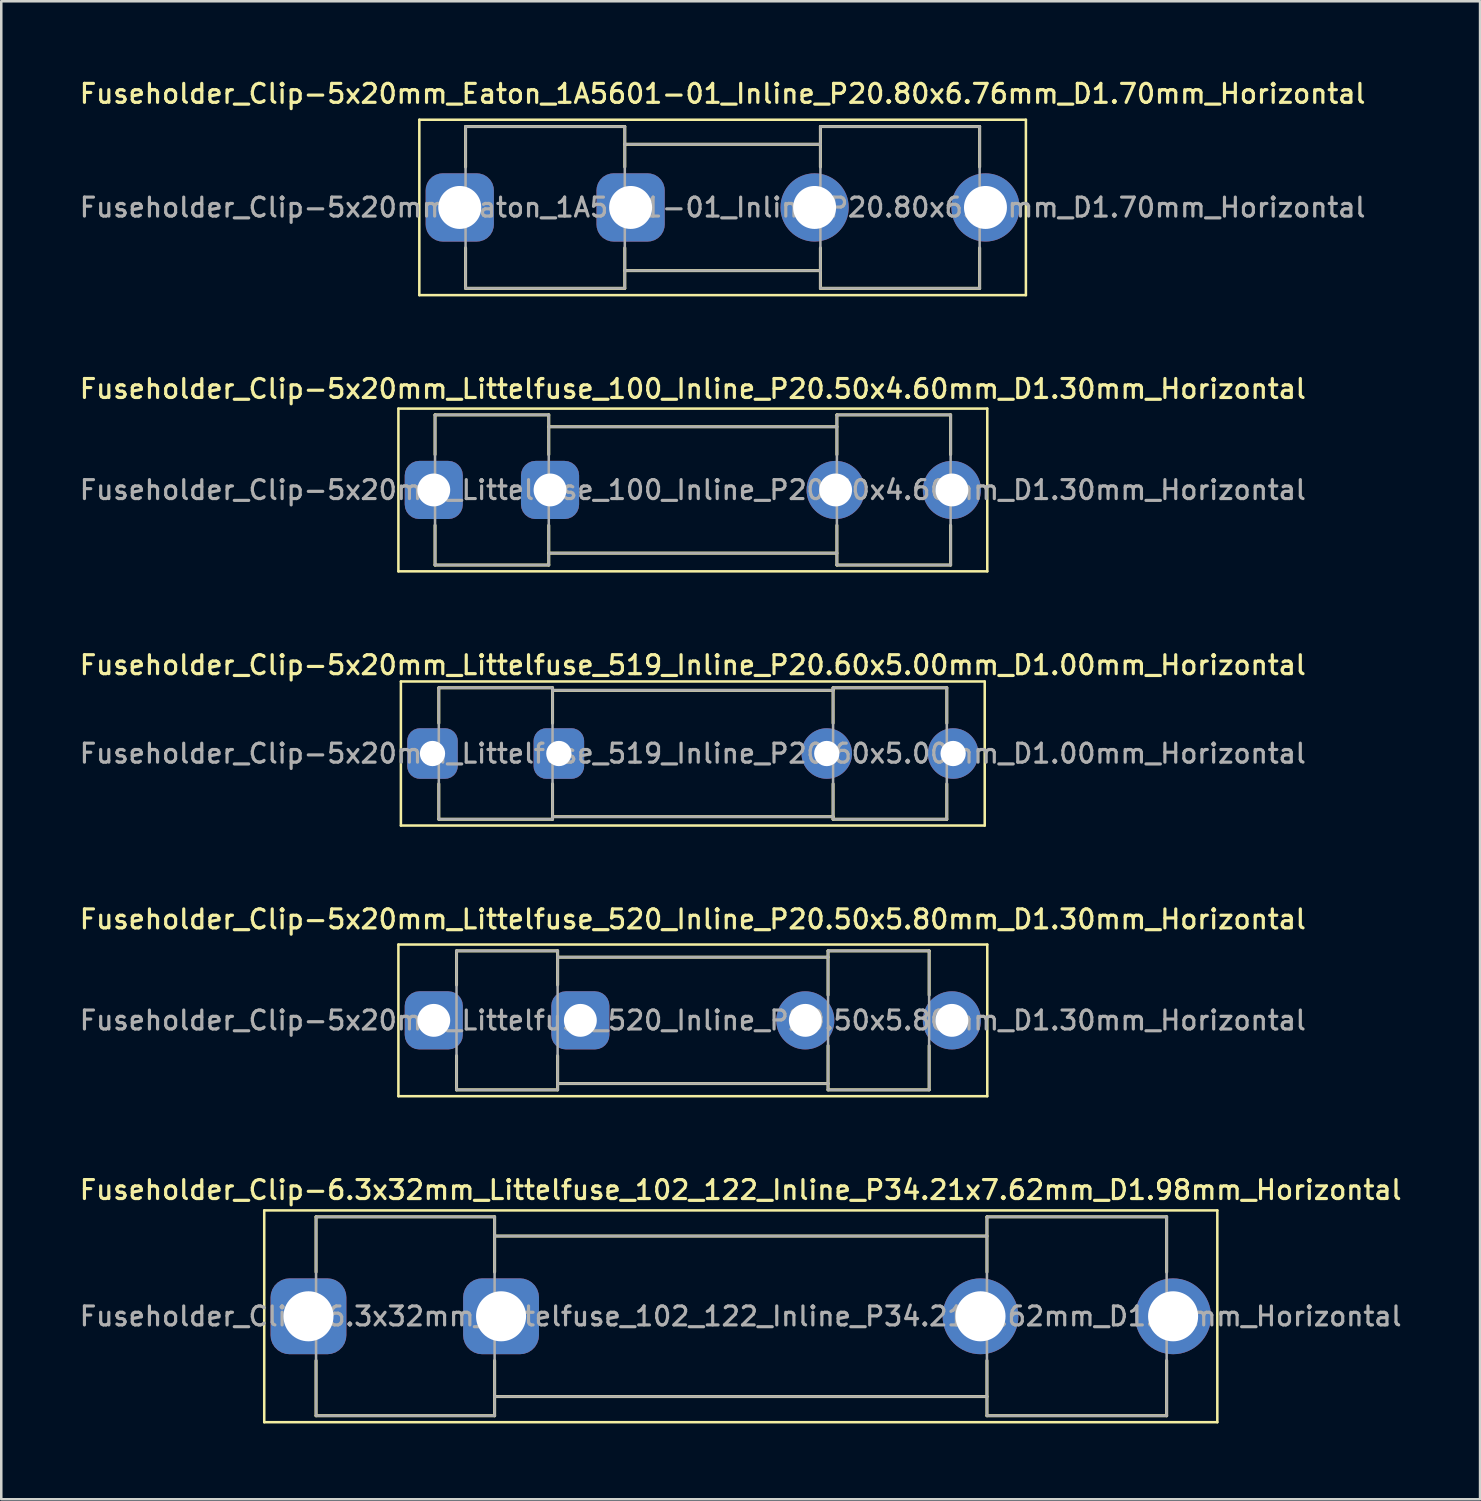
<source format=kicad_pcb>
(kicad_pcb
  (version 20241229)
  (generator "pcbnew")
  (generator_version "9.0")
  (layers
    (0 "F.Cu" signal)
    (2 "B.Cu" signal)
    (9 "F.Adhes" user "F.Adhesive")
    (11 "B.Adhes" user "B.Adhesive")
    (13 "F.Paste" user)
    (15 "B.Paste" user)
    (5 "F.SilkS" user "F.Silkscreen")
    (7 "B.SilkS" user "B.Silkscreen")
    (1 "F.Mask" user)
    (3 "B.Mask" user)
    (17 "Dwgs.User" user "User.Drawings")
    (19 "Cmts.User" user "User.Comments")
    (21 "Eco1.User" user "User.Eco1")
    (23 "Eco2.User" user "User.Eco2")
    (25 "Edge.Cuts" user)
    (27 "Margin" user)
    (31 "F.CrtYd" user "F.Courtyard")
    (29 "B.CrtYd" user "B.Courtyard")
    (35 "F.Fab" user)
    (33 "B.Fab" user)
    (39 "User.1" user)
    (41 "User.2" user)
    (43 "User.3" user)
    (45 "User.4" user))
  (footprint "Fuseholder_Clip-5x20mm_Eaton_1A5601-01_Inline_P20.80x6.76mm_D1.70mm_Horizontal"
    (layer "F.Cu")
    (at 15.141 5.158)
    (property "Reference" "Fuseholder_Clip-5x20mm_Eaton_1A5601-01_Inline_P20.80x6.76mm_D1.70mm_Horizontal" (at 10.4 -4.5 0) (layer "F.SilkS") (effects (font (size 0.75 0.75) (thickness 0.125))))
    (attr through_hole)
    (fp_line (start -1.6 -3.47) (end -1.6 3.47) (stroke (width 0.1) (type solid)) (layer "F.SilkS"))
    (fp_line (start -1.6 -3.47) (end 22.4 -3.47) (stroke (width 0.1) (type solid)) (layer "F.SilkS"))
    (fp_line (start 0.23 -3.2) (end 0.23 -1.6) (stroke (width 0.12) (type solid)) (layer "F.SilkS"))
    (fp_line (start 0.23 3.2) (end 0.23 1.6) (stroke (width 0.12) (type solid)) (layer "F.SilkS"))
    (fp_line (start 6.53 -3.2) (end 0.23 -3.2) (stroke (width 0.12) (type solid)) (layer "F.SilkS"))
    (fp_line (start 6.53 -3.2) (end 6.53 -1.6) (stroke (width 0.12) (type solid)) (layer "F.SilkS"))
    (fp_line (start 6.53 3.2) (end 0.23 3.2) (stroke (width 0.12) (type solid)) (layer "F.SilkS"))
    (fp_line (start 6.53 3.2) (end 6.53 1.6) (stroke (width 0.12) (type solid)) (layer "F.SilkS"))
    (fp_line (start 14.27 -3.2) (end 14.27 -1.6) (stroke (width 0.12) (type solid)) (layer "F.SilkS"))
    (fp_line (start 14.27 -2.5) (end 6.53 -2.5) (stroke (width 0.12) (type solid)) (layer "F.SilkS"))
    (fp_line (start 14.27 2.5) (end 6.53 2.5) (stroke (width 0.12) (type solid)) (layer "F.SilkS"))
    (fp_line (start 14.27 3.2) (end 14.27 1.6) (stroke (width 0.12) (type solid)) (layer "F.SilkS"))
    (fp_line (start 14.27 3.2) (end 20.57 3.2) (stroke (width 0.12) (type solid)) (layer "F.SilkS"))
    (fp_line (start 20.57 -3.2) (end 14.27 -3.2) (stroke (width 0.12) (type solid)) (layer "F.SilkS"))
    (fp_line (start 20.57 -1.6) (end 20.57 -3.2) (stroke (width 0.12) (type solid)) (layer "F.SilkS"))
    (fp_line (start 20.57 1.6) (end 20.57 3.2) (stroke (width 0.12) (type solid)) (layer "F.SilkS"))
    (fp_line (start 22.4 3.47) (end -1.6 3.47) (stroke (width 0.1) (type solid)) (layer "F.SilkS"))
    (fp_line (start 22.4 3.47) (end 22.4 -3.47) (stroke (width 0.1) (type solid)) (layer "F.SilkS"))
    (fp_line (start 0.23 -3.2) (end 6.53 -3.2) (stroke (width 0.1) (type solid)) (layer "F.Fab"))
    (fp_line (start 0.23 3.2) (end 0.23 -3.2) (stroke (width 0.1) (type solid)) (layer "F.Fab"))
    (fp_line (start 6.53 -3.2) (end 6.53 3.2) (stroke (width 0.1) (type solid)) (layer "F.Fab"))
    (fp_line (start 6.53 -2.5) (end 14.27 -2.5) (stroke (width 0.1) (type solid)) (layer "F.Fab"))
    (fp_line (start 6.53 3.2) (end 0.23 3.2) (stroke (width 0.1) (type solid)) (layer "F.Fab"))
    (fp_line (start 14.27 -3.2) (end 14.27 3.2) (stroke (width 0.1) (type solid)) (layer "F.Fab"))
    (fp_line (start 14.27 2.5) (end 6.53 2.5) (stroke (width 0.1) (type solid)) (layer "F.Fab"))
    (fp_line (start 14.27 3.2) (end 20.57 3.2) (stroke (width 0.1) (type solid)) (layer "F.Fab"))
    (fp_line (start 20.57 -3.2) (end 14.27 -3.2) (stroke (width 0.1) (type solid)) (layer "F.Fab"))
    (fp_line (start 20.57 3.2) (end 20.57 -3.2) (stroke (width 0.1) (type solid)) (layer "F.Fab"))
    (fp_text user "${REFERENCE}" (at 10.4 0 0) (layer "F.Fab") (effects (font (size 0.75 0.75) (thickness 0.125))))
    (pad "1" thru_hole roundrect (at 0 0) (size 2.7 2.7) (drill 1.7) (layers "*.Cu" "*.Mask") (roundrect_rratio 0.25))
    (pad "1" thru_hole roundrect (at 6.76 0) (size 2.7 2.7) (drill 1.7) (layers "*.Cu" "*.Mask") (roundrect_rratio 0.25))
    (pad "2" thru_hole circle (at 14.04 0) (size 2.7 2.7) (drill 1.7) (layers "*.Cu" "*.Mask"))
    (pad "2" thru_hole circle (at 20.8 0) (size 2.7 2.7) (drill 1.7) (layers "*.Cu" "*.Mask")))
  (footprint "Fuseholder_Clip-5x20mm_Littelfuse_520_Inline_P20.50x5.80mm_D1.30mm_Horizontal"
    (layer "F.Cu")
    (at 14.113 37.322)
    (property "Reference" "Fuseholder_Clip-5x20mm_Littelfuse_520_Inline_P20.50x5.80mm_D1.30mm_Horizontal" (at 10.25 -4 0) (layer "F.SilkS") (effects (font (size 0.75 0.75) (thickness 0.125))))
    (attr through_hole)
    (fp_line (start -1.4 -3) (end -1.4 3) (stroke (width 0.1) (type solid)) (layer "F.SilkS"))
    (fp_line (start -1.4 -3) (end 21.9 -3) (stroke (width 0.1) (type solid)) (layer "F.SilkS"))
    (fp_line (start 0.9 -2.75) (end 0.9 -1.4) (stroke (width 0.12) (type solid)) (layer "F.SilkS"))
    (fp_line (start 0.9 2.75) (end 0.9 1.4) (stroke (width 0.12) (type solid)) (layer "F.SilkS"))
    (fp_line (start 4.9 -2.75) (end 0.9 -2.75) (stroke (width 0.12) (type solid)) (layer "F.SilkS"))
    (fp_line (start 4.9 -2.75) (end 4.9 -1.4) (stroke (width 0.12) (type solid)) (layer "F.SilkS"))
    (fp_line (start 4.9 2.75) (end 0.9 2.75) (stroke (width 0.12) (type solid)) (layer "F.SilkS"))
    (fp_line (start 4.9 2.75) (end 4.9 1.4) (stroke (width 0.12) (type solid)) (layer "F.SilkS"))
    (fp_line (start 15.6 -2.75) (end 15.6 -1) (stroke (width 0.12) (type solid)) (layer "F.SilkS"))
    (fp_line (start 15.6 -2.5) (end 4.9 -2.5) (stroke (width 0.12) (type solid)) (layer "F.SilkS"))
    (fp_line (start 15.6 2.5) (end 4.9 2.5) (stroke (width 0.12) (type solid)) (layer "F.SilkS"))
    (fp_line (start 15.6 2.75) (end 15.6 1) (stroke (width 0.12) (type solid)) (layer "F.SilkS"))
    (fp_line (start 15.6 2.75) (end 19.6 2.75) (stroke (width 0.12) (type solid)) (layer "F.SilkS"))
    (fp_line (start 19.6 -2.75) (end 15.6 -2.75) (stroke (width 0.12) (type solid)) (layer "F.SilkS"))
    (fp_line (start 19.6 -1) (end 19.6 -2.75) (stroke (width 0.12) (type solid)) (layer "F.SilkS"))
    (fp_line (start 19.6 1) (end 19.6 2.75) (stroke (width 0.12) (type solid)) (layer "F.SilkS"))
    (fp_line (start 21.9 3) (end -1.4 3) (stroke (width 0.1) (type solid)) (layer "F.SilkS"))
    (fp_line (start 21.9 3) (end 21.9 -3) (stroke (width 0.1) (type solid)) (layer "F.SilkS"))
    (fp_line (start 0.9 -2.75) (end 4.9 -2.75) (stroke (width 0.1) (type solid)) (layer "F.Fab"))
    (fp_line (start 0.9 2.75) (end 0.9 -2.75) (stroke (width 0.1) (type solid)) (layer "F.Fab"))
    (fp_line (start 4.9 -2.75) (end 4.9 2.75) (stroke (width 0.1) (type solid)) (layer "F.Fab"))
    (fp_line (start 4.9 -2.5) (end 15.6 -2.5) (stroke (width 0.1) (type solid)) (layer "F.Fab"))
    (fp_line (start 4.9 2.75) (end 0.9 2.75) (stroke (width 0.1) (type solid)) (layer "F.Fab"))
    (fp_line (start 15.6 -2.75) (end 15.6 2.75) (stroke (width 0.1) (type solid)) (layer "F.Fab"))
    (fp_line (start 15.6 2.5) (end 4.9 2.5) (stroke (width 0.1) (type solid)) (layer "F.Fab"))
    (fp_line (start 15.6 2.75) (end 19.6 2.75) (stroke (width 0.1) (type solid)) (layer "F.Fab"))
    (fp_line (start 19.6 -2.75) (end 15.6 -2.75) (stroke (width 0.1) (type solid)) (layer "F.Fab"))
    (fp_line (start 19.6 2.75) (end 19.6 -2.75) (stroke (width 0.1) (type solid)) (layer "F.Fab"))
    (fp_text user "${REFERENCE}" (at 10.25 0 0) (layer "F.Fab") (effects (font (size 0.75 0.75) (thickness 0.125))))
    (pad "1" thru_hole roundrect (at 0 0) (size 2.3 2.3) (drill 1.3) (layers "*.Cu" "*.Mask") (roundrect_rratio 0.25))
    (pad "1" thru_hole roundrect (at 5.8 0) (size 2.3 2.3) (drill 1.3) (layers "*.Cu" "*.Mask") (roundrect_rratio 0.25))
    (pad "2" thru_hole circle (at 14.7 0) (size 2.3 2.3) (drill 1.3) (layers "*.Cu" "*.Mask"))
    (pad "2" thru_hole circle (at 20.5 0) (size 2.3 2.3) (drill 1.3) (layers "*.Cu" "*.Mask")))
  (footprint "Fuseholder_Clip-5x20mm_Littelfuse_100_Inline_P20.50x4.60mm_D1.30mm_Horizontal"
    (layer "F.Cu")
    (at 14.113 16.336)
    (property "Reference" "Fuseholder_Clip-5x20mm_Littelfuse_100_Inline_P20.50x4.60mm_D1.30mm_Horizontal" (at 10.25 -4 0) (layer "F.SilkS") (effects (font (size 0.75 0.75) (thickness 0.125))))
    (attr through_hole)
    (fp_line (start -1.4 -3.22) (end -1.4 3.22) (stroke (width 0.1) (type solid)) (layer "F.SilkS"))
    (fp_line (start -1.4 -3.22) (end 21.9 -3.22) (stroke (width 0.1) (type solid)) (layer "F.SilkS"))
    (fp_line (start 0.05 -2.97) (end 0.05 -1.4) (stroke (width 0.12) (type solid)) (layer "F.SilkS"))
    (fp_line (start 0.05 2.97) (end 0.05 1.4) (stroke (width 0.12) (type solid)) (layer "F.SilkS"))
    (fp_line (start 4.55 -2.97) (end 0.05 -2.97) (stroke (width 0.12) (type solid)) (layer "F.SilkS"))
    (fp_line (start 4.55 -2.97) (end 4.55 -1.4) (stroke (width 0.12) (type solid)) (layer "F.SilkS"))
    (fp_line (start 4.55 2.97) (end 0.05 2.97) (stroke (width 0.12) (type solid)) (layer "F.SilkS"))
    (fp_line (start 4.55 2.97) (end 4.55 1.4) (stroke (width 0.12) (type solid)) (layer "F.SilkS"))
    (fp_line (start 15.95 -2.97) (end 15.95 -1.4) (stroke (width 0.12) (type solid)) (layer "F.SilkS"))
    (fp_line (start 15.95 -2.5) (end 4.55 -2.5) (stroke (width 0.12) (type solid)) (layer "F.SilkS"))
    (fp_line (start 15.95 2.5) (end 4.55 2.5) (stroke (width 0.12) (type solid)) (layer "F.SilkS"))
    (fp_line (start 15.95 2.97) (end 15.95 1.4) (stroke (width 0.12) (type solid)) (layer "F.SilkS"))
    (fp_line (start 15.95 2.97) (end 20.45 2.97) (stroke (width 0.12) (type solid)) (layer "F.SilkS"))
    (fp_line (start 20.45 -2.97) (end 15.95 -2.97) (stroke (width 0.12) (type solid)) (layer "F.SilkS"))
    (fp_line (start 20.45 -1.4) (end 20.45 -2.97) (stroke (width 0.12) (type solid)) (layer "F.SilkS"))
    (fp_line (start 20.45 1.4) (end 20.45 2.97) (stroke (width 0.12) (type solid)) (layer "F.SilkS"))
    (fp_line (start 21.9 3.22) (end -1.4 3.22) (stroke (width 0.1) (type solid)) (layer "F.SilkS"))
    (fp_line (start 21.9 3.22) (end 21.9 -3.22) (stroke (width 0.1) (type solid)) (layer "F.SilkS"))
    (fp_line (start 0.05 -2.97) (end 4.55 -2.97) (stroke (width 0.1) (type solid)) (layer "F.Fab"))
    (fp_line (start 0.05 2.97) (end 0.05 -2.97) (stroke (width 0.1) (type solid)) (layer "F.Fab"))
    (fp_line (start 4.55 -2.97) (end 4.55 2.97) (stroke (width 0.1) (type solid)) (layer "F.Fab"))
    (fp_line (start 4.55 -2.5) (end 15.95 -2.5) (stroke (width 0.1) (type solid)) (layer "F.Fab"))
    (fp_line (start 4.55 2.97) (end 0.05 2.97) (stroke (width 0.1) (type solid)) (layer "F.Fab"))
    (fp_line (start 15.95 -2.97) (end 15.95 2.97) (stroke (width 0.1) (type solid)) (layer "F.Fab"))
    (fp_line (start 15.95 2.5) (end 4.55 2.5) (stroke (width 0.1) (type solid)) (layer "F.Fab"))
    (fp_line (start 15.95 2.97) (end 20.45 2.97) (stroke (width 0.1) (type solid)) (layer "F.Fab"))
    (fp_line (start 20.45 -2.97) (end 15.95 -2.97) (stroke (width 0.1) (type solid)) (layer "F.Fab"))
    (fp_line (start 20.45 2.97) (end 20.45 -2.97) (stroke (width 0.1) (type solid)) (layer "F.Fab"))
    (fp_text user "${REFERENCE}" (at 10.25 0 0) (layer "F.Fab") (effects (font (size 0.75 0.75) (thickness 0.125))))
    (pad "1" thru_hole roundrect (at 0 0) (size 2.3 2.3) (drill 1.3) (layers "*.Cu" "*.Mask") (roundrect_rratio 0.25))
    (pad "1" thru_hole roundrect (at 4.6 0) (size 2.3 2.3) (drill 1.3) (layers "*.Cu" "*.Mask") (roundrect_rratio 0.25))
    (pad "2" thru_hole circle (at 15.9 0) (size 2.3 2.3) (drill 1.3) (layers "*.Cu" "*.Mask"))
    (pad "2" thru_hole circle (at 20.5 0) (size 2.3 2.3) (drill 1.3) (layers "*.Cu" "*.Mask")))
  (footprint "Fuseholder_Clip-6.3x32mm_Littelfuse_102_122_Inline_P34.21x7.62mm_D1.98mm_Horizontal"
    (layer "F.Cu")
    (at 9.155 49.031)
    (property "Reference" "Fuseholder_Clip-6.3x32mm_Littelfuse_102_122_Inline_P34.21x7.62mm_D1.98mm_Horizontal" (at 17.1 -5 0) (layer "F.SilkS") (effects (font (size 0.75 0.75) (thickness 0.125))))
    (attr through_hole)
    (fp_line (start -1.75 -4.19) (end -1.75 4.19) (stroke (width 0.1) (type solid)) (layer "F.SilkS"))
    (fp_line (start -1.75 -4.19) (end 35.96 -4.19) (stroke (width 0.1) (type solid)) (layer "F.SilkS"))
    (fp_line (start 0.3 -3.935) (end 0.3 -1.75) (stroke (width 0.12) (type solid)) (layer "F.SilkS"))
    (fp_line (start 0.3 3.935) (end 0.3 1.75) (stroke (width 0.12) (type solid)) (layer "F.SilkS"))
    (fp_line (start 7.365 -3.935) (end 0.3 -3.935) (stroke (width 0.12) (type solid)) (layer "F.SilkS"))
    (fp_line (start 7.365 -3.935) (end 7.365 -1.75) (stroke (width 0.12) (type solid)) (layer "F.SilkS"))
    (fp_line (start 7.365 3.935) (end 0.3 3.935) (stroke (width 0.12) (type solid)) (layer "F.SilkS"))
    (fp_line (start 7.365 3.935) (end 7.365 1.75) (stroke (width 0.12) (type solid)) (layer "F.SilkS"))
    (fp_line (start 26.845 -3.935) (end 26.845 -1.75) (stroke (width 0.12) (type solid)) (layer "F.SilkS"))
    (fp_line (start 26.845 -3.175) (end 7.365 -3.175) (stroke (width 0.12) (type solid)) (layer "F.SilkS"))
    (fp_line (start 26.845 3.175) (end 7.365 3.175) (stroke (width 0.12) (type solid)) (layer "F.SilkS"))
    (fp_line (start 26.845 3.935) (end 26.845 1.75) (stroke (width 0.12) (type solid)) (layer "F.SilkS"))
    (fp_line (start 26.845 3.935) (end 33.955 3.935) (stroke (width 0.12) (type solid)) (layer "F.SilkS"))
    (fp_line (start 33.955 -3.935) (end 26.845 -3.935) (stroke (width 0.12) (type solid)) (layer "F.SilkS"))
    (fp_line (start 33.955 -1.75) (end 33.955 -3.935) (stroke (width 0.12) (type solid)) (layer "F.SilkS"))
    (fp_line (start 33.955 1.75) (end 33.955 3.935) (stroke (width 0.12) (type solid)) (layer "F.SilkS"))
    (fp_line (start 35.96 4.19) (end -1.75 4.19) (stroke (width 0.1) (type solid)) (layer "F.SilkS"))
    (fp_line (start 35.96 4.19) (end 35.96 -4.19) (stroke (width 0.1) (type solid)) (layer "F.SilkS"))
    (fp_line (start 0.3 -3.935) (end 7.365 -3.935) (stroke (width 0.1) (type solid)) (layer "F.Fab"))
    (fp_line (start 0.3 3.935) (end 0.3 -3.935) (stroke (width 0.1) (type solid)) (layer "F.Fab"))
    (fp_line (start 7.365 -3.935) (end 7.365 3.935) (stroke (width 0.1) (type solid)) (layer "F.Fab"))
    (fp_line (start 7.365 -3.175) (end 26.845 -3.175) (stroke (width 0.1) (type solid)) (layer "F.Fab"))
    (fp_line (start 7.365 3.935) (end 0.3 3.935) (stroke (width 0.1) (type solid)) (layer "F.Fab"))
    (fp_line (start 26.845 -3.935) (end 26.845 3.935) (stroke (width 0.1) (type solid)) (layer "F.Fab"))
    (fp_line (start 26.845 3.175) (end 7.365 3.175) (stroke (width 0.1) (type solid)) (layer "F.Fab"))
    (fp_line (start 26.845 3.935) (end 33.955 3.935) (stroke (width 0.1) (type solid)) (layer "F.Fab"))
    (fp_line (start 33.955 -3.935) (end 26.845 -3.935) (stroke (width 0.1) (type solid)) (layer "F.Fab"))
    (fp_line (start 33.955 3.935) (end 33.955 -3.935) (stroke (width 0.1) (type solid)) (layer "F.Fab"))
    (fp_text user "${REFERENCE}" (at 17.1 0 0) (layer "F.Fab") (effects (font (size 0.75 0.75) (thickness 0.125))))
    (pad "1" thru_hole roundrect (at 0 0) (size 3 3) (drill 1.98) (layers "*.Cu" "*.Mask") (roundrect_rratio 0.25))
    (pad "1" thru_hole roundrect (at 7.62 0) (size 3 3) (drill 1.98) (layers "*.Cu" "*.Mask") (roundrect_rratio 0.25))
    (pad "2" thru_hole circle (at 26.59 0) (size 3 3) (drill 1.98) (layers "*.Cu" "*.Mask"))
    (pad "2" thru_hole circle (at 34.21 0) (size 3 3) (drill 1.98) (layers "*.Cu" "*.Mask")))
  (footprint "Fuseholder_Clip-5x20mm_Littelfuse_519_Inline_P20.60x5.00mm_D1.00mm_Horizontal"
    (layer "F.Cu")
    (at 14.062 26.764)
    (property "Reference" "Fuseholder_Clip-5x20mm_Littelfuse_519_Inline_P20.60x5.00mm_D1.00mm_Horizontal" (at 10.3 -3.5 0) (layer "F.SilkS") (effects (font (size 0.75 0.75) (thickness 0.125))))
    (attr through_hole)
    (fp_line (start -1.25 -2.85) (end -1.25 2.85) (stroke (width 0.1) (type solid)) (layer "F.SilkS"))
    (fp_line (start -1.25 -2.85) (end 21.85 -2.85) (stroke (width 0.1) (type solid)) (layer "F.SilkS"))
    (fp_line (start 0.25 -2.6) (end 0.25 -1.2) (stroke (width 0.12) (type solid)) (layer "F.SilkS"))
    (fp_line (start 0.25 2.6) (end 0.25 1.2) (stroke (width 0.12) (type solid)) (layer "F.SilkS"))
    (fp_line (start 4.75 -2.6) (end 0.25 -2.6) (stroke (width 0.12) (type solid)) (layer "F.SilkS"))
    (fp_line (start 4.75 -2.6) (end 4.75 -1.2) (stroke (width 0.12) (type solid)) (layer "F.SilkS"))
    (fp_line (start 4.75 2.6) (end 0.25 2.6) (stroke (width 0.12) (type solid)) (layer "F.SilkS"))
    (fp_line (start 4.75 2.6) (end 4.75 1.2) (stroke (width 0.12) (type solid)) (layer "F.SilkS"))
    (fp_line (start 15.85 -2.6) (end 15.85 -1.2) (stroke (width 0.12) (type solid)) (layer "F.SilkS"))
    (fp_line (start 15.85 -2.5) (end 4.75 -2.5) (stroke (width 0.12) (type solid)) (layer "F.SilkS"))
    (fp_line (start 15.85 2.5) (end 4.75 2.5) (stroke (width 0.12) (type solid)) (layer "F.SilkS"))
    (fp_line (start 15.85 2.6) (end 15.85 1.2) (stroke (width 0.12) (type solid)) (layer "F.SilkS"))
    (fp_line (start 15.85 2.6) (end 20.35 2.6) (stroke (width 0.12) (type solid)) (layer "F.SilkS"))
    (fp_line (start 20.35 -2.6) (end 15.85 -2.6) (stroke (width 0.12) (type solid)) (layer "F.SilkS"))
    (fp_line (start 20.35 -1.2) (end 20.35 -2.6) (stroke (width 0.12) (type solid)) (layer "F.SilkS"))
    (fp_line (start 20.35 1.2) (end 20.35 2.6) (stroke (width 0.12) (type solid)) (layer "F.SilkS"))
    (fp_line (start 21.85 2.85) (end -1.25 2.85) (stroke (width 0.1) (type solid)) (layer "F.SilkS"))
    (fp_line (start 21.85 2.85) (end 21.85 -2.85) (stroke (width 0.1) (type solid)) (layer "F.SilkS"))
    (fp_line (start 0.25 -2.6) (end 4.75 -2.6) (stroke (width 0.1) (type solid)) (layer "F.Fab"))
    (fp_line (start 0.25 2.6) (end 0.25 -2.6) (stroke (width 0.1) (type solid)) (layer "F.Fab"))
    (fp_line (start 4.75 -2.6) (end 4.75 2.6) (stroke (width 0.1) (type solid)) (layer "F.Fab"))
    (fp_line (start 4.75 -2.5) (end 15.85 -2.5) (stroke (width 0.1) (type solid)) (layer "F.Fab"))
    (fp_line (start 4.75 2.6) (end 0.25 2.6) (stroke (width 0.1) (type solid)) (layer "F.Fab"))
    (fp_line (start 15.85 -2.6) (end 15.85 2.6) (stroke (width 0.1) (type solid)) (layer "F.Fab"))
    (fp_line (start 15.85 2.5) (end 4.75 2.5) (stroke (width 0.1) (type solid)) (layer "F.Fab"))
    (fp_line (start 15.85 2.6) (end 20.35 2.6) (stroke (width 0.1) (type solid)) (layer "F.Fab"))
    (fp_line (start 20.35 -2.6) (end 15.85 -2.6) (stroke (width 0.1) (type solid)) (layer "F.Fab"))
    (fp_line (start 20.35 2.6) (end 20.35 -2.6) (stroke (width 0.1) (type solid)) (layer "F.Fab"))
    (fp_text user "${REFERENCE}" (at 10.3 0 0) (layer "F.Fab") (effects (font (size 0.75 0.75) (thickness 0.125))))
    (pad "1" thru_hole roundrect (at 0 0) (size 2 2) (drill 1) (layers "*.Cu" "*.Mask") (roundrect_rratio 0.25))
    (pad "1" thru_hole roundrect (at 5 0) (size 2 2) (drill 1) (layers "*.Cu" "*.Mask") (roundrect_rratio 0.25))
    (pad "2" thru_hole circle (at 15.6 0) (size 2 2) (drill 1) (layers "*.Cu" "*.Mask"))
    (pad "2" thru_hole circle (at 20.6 0) (size 2 2) (drill 1) (layers "*.Cu" "*.Mask")))
  (gr_rect
    (start -3 -3)
    (end 55.511 56.271)
    (stroke (width 0.1) (type default))
    (fill no)
    (layer "Edge.Cuts")))
</source>
